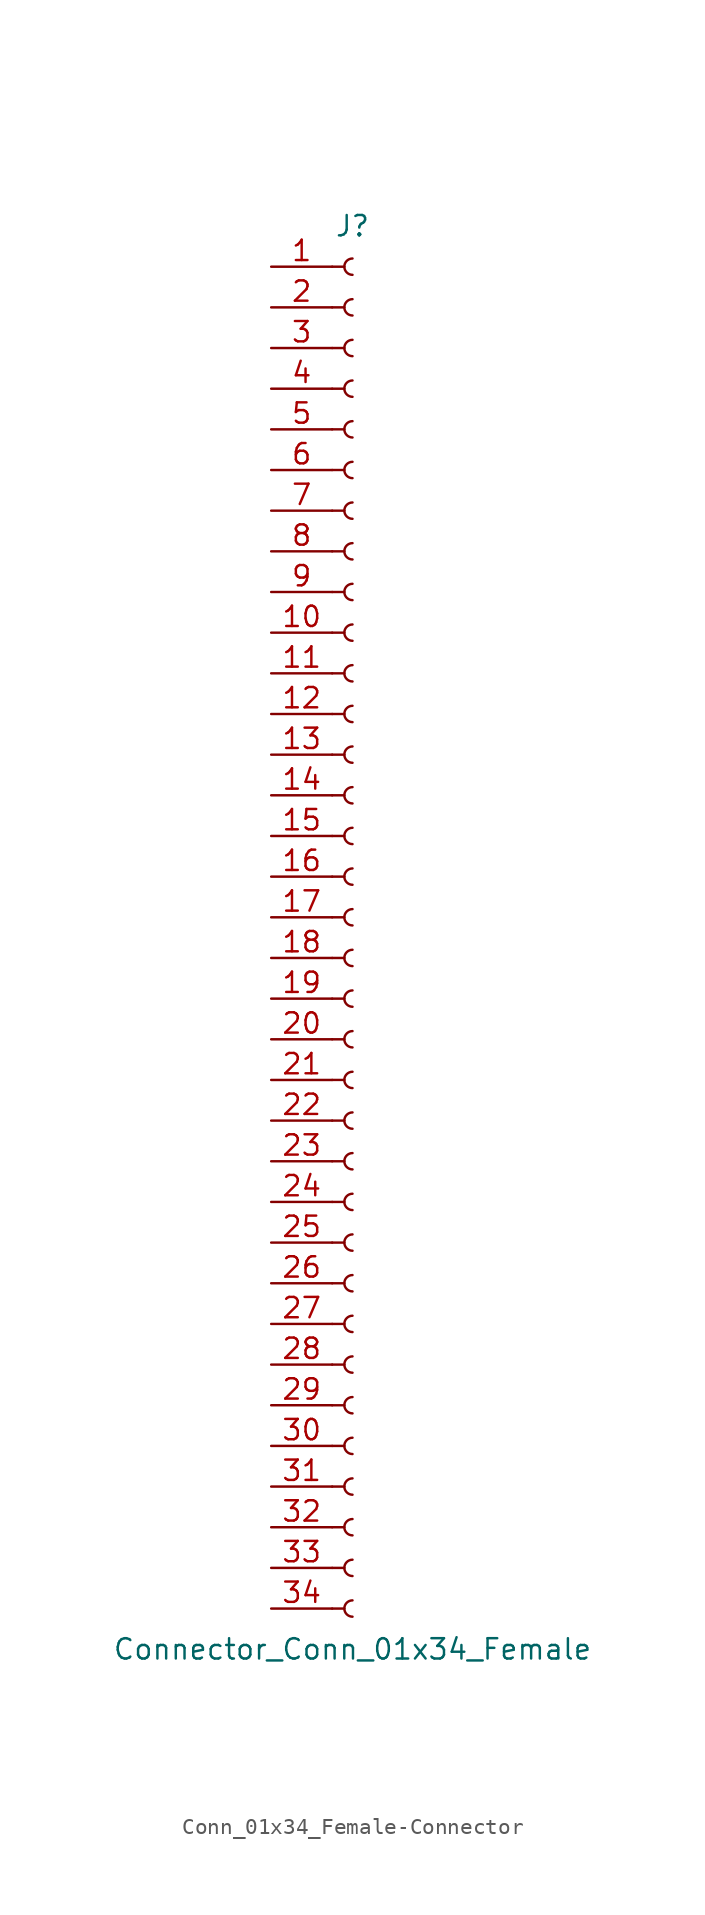
<source format=kicad_sym>
(kicad_symbol_lib
  (version 20231120)
  (generator "kicad_symbol_editor")
  (generator_version "8.0")
  (symbol "Conn_01x34_Female-Connector"
    (pin_names
      (offset 1.016) hide)
    (property "Reference" "J"
      (at 0 43.18 0)
      (effects (font (size 1.27 1.27))))
    (property "Value" "Connector_Conn_01x34_Female"
      (at 0 -45.72 0)
      (effects (font (size 1.27 1.27))))
    (symbol "Conn_01x34_Female-Connector_1_1"
      (arc (start 0 -42.672) (mid -0.508 -43.18) (end 0 -43.688) (stroke (width 0.1524) (type solid)) (fill (type none)))
      (arc (start 0 -40.132) (mid -0.508 -40.64) (end 0 -41.148) (stroke (width 0.1524) (type solid)) (fill (type none)))
      (arc (start 0 -37.592) (mid -0.508 -38.1) (end 0 -38.608) (stroke (width 0.1524) (type solid)) (fill (type none)))
      (arc (start 0 -35.052) (mid -0.508 -35.56) (end 0 -36.068) (stroke (width 0.1524) (type solid)) (fill (type none)))
      (arc (start 0 -32.512) (mid -0.508 -33.02) (end 0 -33.528) (stroke (width 0.1524) (type solid)) (fill (type none)))
      (arc (start 0 -29.972) (mid -0.508 -30.48) (end 0 -30.988) (stroke (width 0.1524) (type solid)) (fill (type none)))
      (arc (start 0 -27.432) (mid -0.508 -27.94) (end 0 -28.448) (stroke (width 0.1524) (type solid)) (fill (type none)))
      (arc (start 0 -24.892) (mid -0.508 -25.4) (end 0 -25.908) (stroke (width 0.1524) (type solid)) (fill (type none)))
      (arc (start 0 -22.352) (mid -0.508 -22.86) (end 0 -23.368) (stroke (width 0.1524) (type solid)) (fill (type none)))
      (arc (start 0 -19.812) (mid -0.508 -20.32) (end 0 -20.828) (stroke (width 0.1524) (type solid)) (fill (type none)))
      (arc (start 0 -17.272) (mid -0.508 -17.78) (end 0 -18.288) (stroke (width 0.1524) (type solid)) (fill (type none)))
      (arc (start 0 -14.732) (mid -0.508 -15.24) (end 0 -15.748) (stroke (width 0.1524) (type solid)) (fill (type none)))
      (arc (start 0 -12.192) (mid -0.508 -12.7) (end 0 -13.208) (stroke (width 0.1524) (type solid)) (fill (type none)))
      (arc (start 0 -9.652) (mid -0.508 -10.16) (end 0 -10.668) (stroke (width 0.1524) (type solid)) (fill (type none)))
      (arc (start 0 -7.112) (mid -0.508 -7.62) (end 0 -8.128) (stroke (width 0.1524) (type solid)) (fill (type none)))
      (arc (start 0 -4.572) (mid -0.508 -5.08) (end 0 -5.588) (stroke (width 0.1524) (type solid)) (fill (type none)))
      (arc (start 0 -2.032) (mid -0.508 -2.54) (end 0 -3.048) (stroke (width 0.1524) (type solid)) (fill (type none)))
      (polyline (pts (xy -1.27 -43.18) (xy -0.508 -43.18)) (stroke (width 0.152) (type solid)) (fill (type none)))
      (polyline (pts (xy -1.27 -40.64) (xy -0.508 -40.64)) (stroke (width 0.152) (type solid)) (fill (type none)))
      (polyline (pts (xy -1.27 -38.1) (xy -0.508 -38.1)) (stroke (width 0.152) (type solid)) (fill (type none)))
      (polyline (pts (xy -1.27 -35.56) (xy -0.508 -35.56)) (stroke (width 0.152) (type solid)) (fill (type none)))
      (polyline (pts (xy -1.27 -33.02) (xy -0.508 -33.02)) (stroke (width 0.152) (type solid)) (fill (type none)))
      (polyline (pts (xy -1.27 -30.48) (xy -0.508 -30.48)) (stroke (width 0.152) (type solid)) (fill (type none)))
      (polyline (pts (xy -1.27 -27.94) (xy -0.508 -27.94)) (stroke (width 0.152) (type solid)) (fill (type none)))
      (polyline (pts (xy -1.27 -25.4) (xy -0.508 -25.4)) (stroke (width 0.152) (type solid)) (fill (type none)))
      (polyline (pts (xy -1.27 -22.86) (xy -0.508 -22.86)) (stroke (width 0.152) (type solid)) (fill (type none)))
      (polyline (pts (xy -1.27 -20.32) (xy -0.508 -20.32)) (stroke (width 0.152) (type solid)) (fill (type none)))
      (polyline (pts (xy -1.27 -17.78) (xy -0.508 -17.78)) (stroke (width 0.152) (type solid)) (fill (type none)))
      (polyline (pts (xy -1.27 -15.24) (xy -0.508 -15.24)) (stroke (width 0.152) (type solid)) (fill (type none)))
      (polyline (pts (xy -1.27 -12.7) (xy -0.508 -12.7)) (stroke (width 0.152) (type solid)) (fill (type none)))
      (polyline (pts (xy -1.27 -10.16) (xy -0.508 -10.16)) (stroke (width 0.152) (type solid)) (fill (type none)))
      (polyline (pts (xy -1.27 -7.62) (xy -0.508 -7.62)) (stroke (width 0.152) (type solid)) (fill (type none)))
      (polyline (pts (xy -1.27 -5.08) (xy -0.508 -5.08)) (stroke (width 0.152) (type solid)) (fill (type none)))
      (polyline (pts (xy -1.27 -2.54) (xy -0.508 -2.54)) (stroke (width 0.152) (type solid)) (fill (type none)))
      (polyline (pts (xy -1.27 0) (xy -0.508 0)) (stroke (width 0.152) (type solid)) (fill (type none)))
      (polyline (pts (xy -1.27 2.54) (xy -0.508 2.54)) (stroke (width 0.152) (type solid)) (fill (type none)))
      (polyline (pts (xy -1.27 5.08) (xy -0.508 5.08)) (stroke (width 0.152) (type solid)) (fill (type none)))
      (polyline (pts (xy -1.27 7.62) (xy -0.508 7.62)) (stroke (width 0.152) (type solid)) (fill (type none)))
      (polyline (pts (xy -1.27 10.16) (xy -0.508 10.16)) (stroke (width 0.152) (type solid)) (fill (type none)))
      (polyline (pts (xy -1.27 12.7) (xy -0.508 12.7)) (stroke (width 0.152) (type solid)) (fill (type none)))
      (polyline (pts (xy -1.27 15.24) (xy -0.508 15.24)) (stroke (width 0.152) (type solid)) (fill (type none)))
      (polyline (pts (xy -1.27 17.78) (xy -0.508 17.78)) (stroke (width 0.152) (type solid)) (fill (type none)))
      (polyline (pts (xy -1.27 20.32) (xy -0.508 20.32)) (stroke (width 0.152) (type solid)) (fill (type none)))
      (polyline (pts (xy -1.27 22.86) (xy -0.508 22.86)) (stroke (width 0.152) (type solid)) (fill (type none)))
      (polyline (pts (xy -1.27 25.4) (xy -0.508 25.4)) (stroke (width 0.152) (type solid)) (fill (type none)))
      (polyline (pts (xy -1.27 27.94) (xy -0.508 27.94)) (stroke (width 0.152) (type solid)) (fill (type none)))
      (polyline (pts (xy -1.27 30.48) (xy -0.508 30.48)) (stroke (width 0.152) (type solid)) (fill (type none)))
      (polyline (pts (xy -1.27 33.02) (xy -0.508 33.02)) (stroke (width 0.152) (type solid)) (fill (type none)))
      (polyline (pts (xy -1.27 35.56) (xy -0.508 35.56)) (stroke (width 0.152) (type solid)) (fill (type none)))
      (polyline (pts (xy -1.27 38.1) (xy -0.508 38.1)) (stroke (width 0.152) (type solid)) (fill (type none)))
      (polyline (pts (xy -1.27 40.64) (xy -0.508 40.64)) (stroke (width 0.152) (type solid)) (fill (type none)))
      (arc (start 0 0.508) (mid -0.508 0) (end 0 -0.508) (stroke (width 0.1524) (type solid)) (fill (type none)))
      (arc (start 0 3.048) (mid -0.508 2.54) (end 0 2.032) (stroke (width 0.1524) (type solid)) (fill (type none)))
      (arc (start 0 5.588) (mid -0.508 5.08) (end 0 4.572) (stroke (width 0.1524) (type solid)) (fill (type none)))
      (arc (start 0 8.128) (mid -0.508 7.62) (end 0 7.112) (stroke (width 0.1524) (type solid)) (fill (type none)))
      (arc (start 0 10.668) (mid -0.508 10.16) (end 0 9.652) (stroke (width 0.1524) (type solid)) (fill (type none)))
      (arc (start 0 13.208) (mid -0.508 12.7) (end 0 12.192) (stroke (width 0.1524) (type solid)) (fill (type none)))
      (arc (start 0 15.748) (mid -0.508 15.24) (end 0 14.732) (stroke (width 0.1524) (type solid)) (fill (type none)))
      (arc (start 0 18.288) (mid -0.508 17.78) (end 0 17.272) (stroke (width 0.1524) (type solid)) (fill (type none)))
      (arc (start 0 20.828) (mid -0.508 20.32) (end 0 19.812) (stroke (width 0.1524) (type solid)) (fill (type none)))
      (arc (start 0 23.368) (mid -0.508 22.86) (end 0 22.352) (stroke (width 0.1524) (type solid)) (fill (type none)))
      (arc (start 0 25.908) (mid -0.508 25.4) (end 0 24.892) (stroke (width 0.1524) (type solid)) (fill (type none)))
      (arc (start 0 28.448) (mid -0.508 27.94) (end 0 27.432) (stroke (width 0.1524) (type solid)) (fill (type none)))
      (arc (start 0 30.988) (mid -0.508 30.48) (end 0 29.972) (stroke (width 0.1524) (type solid)) (fill (type none)))
      (arc (start 0 33.528) (mid -0.508 33.02) (end 0 32.512) (stroke (width 0.1524) (type solid)) (fill (type none)))
      (arc (start 0 36.068) (mid -0.508 35.56) (end 0 35.052) (stroke (width 0.1524) (type solid)) (fill (type none)))
      (arc (start 0 38.608) (mid -0.508 38.1) (end 0 37.592) (stroke (width 0.1524) (type solid)) (fill (type none)))
      (arc (start 0 41.148) (mid -0.508 40.64) (end 0 40.132) (stroke (width 0.1524) (type solid)) (fill (type none)))
      (pin passive line (at -5.08 40.64 0) (length 3.81) (name "Pin_1" (effects (font (size 1.27 1.27)))) (number "1" (effects (font (size 1.27 1.27)))))
      (pin passive line (at -5.08 17.78 0) (length 3.81) (name "Pin_10" (effects (font (size 1.27 1.27)))) (number "10" (effects (font (size 1.27 1.27)))))
      (pin passive line (at -5.08 15.24 0) (length 3.81) (name "Pin_11" (effects (font (size 1.27 1.27)))) (number "11" (effects (font (size 1.27 1.27)))))
      (pin passive line (at -5.08 12.7 0) (length 3.81) (name "Pin_12" (effects (font (size 1.27 1.27)))) (number "12" (effects (font (size 1.27 1.27)))))
      (pin passive line (at -5.08 10.16 0) (length 3.81) (name "Pin_13" (effects (font (size 1.27 1.27)))) (number "13" (effects (font (size 1.27 1.27)))))
      (pin passive line (at -5.08 7.62 0) (length 3.81) (name "Pin_14" (effects (font (size 1.27 1.27)))) (number "14" (effects (font (size 1.27 1.27)))))
      (pin passive line (at -5.08 5.08 0) (length 3.81) (name "Pin_15" (effects (font (size 1.27 1.27)))) (number "15" (effects (font (size 1.27 1.27)))))
      (pin passive line (at -5.08 2.54 0) (length 3.81) (name "Pin_16" (effects (font (size 1.27 1.27)))) (number "16" (effects (font (size 1.27 1.27)))))
      (pin passive line (at -5.08 0 0) (length 3.81) (name "Pin_17" (effects (font (size 1.27 1.27)))) (number "17" (effects (font (size 1.27 1.27)))))
      (pin passive line (at -5.08 -2.54 0) (length 3.81) (name "Pin_18" (effects (font (size 1.27 1.27)))) (number "18" (effects (font (size 1.27 1.27)))))
      (pin passive line (at -5.08 -5.08 0) (length 3.81) (name "Pin_19" (effects (font (size 1.27 1.27)))) (number "19" (effects (font (size 1.27 1.27)))))
      (pin passive line (at -5.08 38.1 0) (length 3.81) (name "Pin_2" (effects (font (size 1.27 1.27)))) (number "2" (effects (font (size 1.27 1.27)))))
      (pin passive line (at -5.08 -7.62 0) (length 3.81) (name "Pin_20" (effects (font (size 1.27 1.27)))) (number "20" (effects (font (size 1.27 1.27)))))
      (pin passive line (at -5.08 -10.16 0) (length 3.81) (name "Pin_21" (effects (font (size 1.27 1.27)))) (number "21" (effects (font (size 1.27 1.27)))))
      (pin passive line (at -5.08 -12.7 0) (length 3.81) (name "Pin_22" (effects (font (size 1.27 1.27)))) (number "22" (effects (font (size 1.27 1.27)))))
      (pin passive line (at -5.08 -15.24 0) (length 3.81) (name "Pin_23" (effects (font (size 1.27 1.27)))) (number "23" (effects (font (size 1.27 1.27)))))
      (pin passive line (at -5.08 -17.78 0) (length 3.81) (name "Pin_24" (effects (font (size 1.27 1.27)))) (number "24" (effects (font (size 1.27 1.27)))))
      (pin passive line (at -5.08 -20.32 0) (length 3.81) (name "Pin_25" (effects (font (size 1.27 1.27)))) (number "25" (effects (font (size 1.27 1.27)))))
      (pin passive line (at -5.08 -22.86 0) (length 3.81) (name "Pin_26" (effects (font (size 1.27 1.27)))) (number "26" (effects (font (size 1.27 1.27)))))
      (pin passive line (at -5.08 -25.4 0) (length 3.81) (name "Pin_27" (effects (font (size 1.27 1.27)))) (number "27" (effects (font (size 1.27 1.27)))))
      (pin passive line (at -5.08 -27.94 0) (length 3.81) (name "Pin_28" (effects (font (size 1.27 1.27)))) (number "28" (effects (font (size 1.27 1.27)))))
      (pin passive line (at -5.08 -30.48 0) (length 3.81) (name "Pin_29" (effects (font (size 1.27 1.27)))) (number "29" (effects (font (size 1.27 1.27)))))
      (pin passive line (at -5.08 35.56 0) (length 3.81) (name "Pin_3" (effects (font (size 1.27 1.27)))) (number "3" (effects (font (size 1.27 1.27)))))
      (pin passive line (at -5.08 -33.02 0) (length 3.81) (name "Pin_30" (effects (font (size 1.27 1.27)))) (number "30" (effects (font (size 1.27 1.27)))))
      (pin passive line (at -5.08 -35.56 0) (length 3.81) (name "Pin_31" (effects (font (size 1.27 1.27)))) (number "31" (effects (font (size 1.27 1.27)))))
      (pin passive line (at -5.08 -38.1 0) (length 3.81) (name "Pin_32" (effects (font (size 1.27 1.27)))) (number "32" (effects (font (size 1.27 1.27)))))
      (pin passive line (at -5.08 -40.64 0) (length 3.81) (name "Pin_33" (effects (font (size 1.27 1.27)))) (number "33" (effects (font (size 1.27 1.27)))))
      (pin passive line (at -5.08 -43.18 0) (length 3.81) (name "Pin_34" (effects (font (size 1.27 1.27)))) (number "34" (effects (font (size 1.27 1.27)))))
      (pin passive line (at -5.08 33.02 0) (length 3.81) (name "Pin_4" (effects (font (size 1.27 1.27)))) (number "4" (effects (font (size 1.27 1.27)))))
      (pin passive line (at -5.08 30.48 0) (length 3.81) (name "Pin_5" (effects (font (size 1.27 1.27)))) (number "5" (effects (font (size 1.27 1.27)))))
      (pin passive line (at -5.08 27.94 0) (length 3.81) (name "Pin_6" (effects (font (size 1.27 1.27)))) (number "6" (effects (font (size 1.27 1.27)))))
      (pin passive line (at -5.08 25.4 0) (length 3.81) (name "Pin_7" (effects (font (size 1.27 1.27)))) (number "7" (effects (font (size 1.27 1.27)))))
      (pin passive line (at -5.08 22.86 0) (length 3.81) (name "Pin_8" (effects (font (size 1.27 1.27)))) (number "8" (effects (font (size 1.27 1.27)))))
      (pin passive line (at -5.08 20.32 0) (length 3.81) (name "Pin_9" (effects (font (size 1.27 1.27)))) (number "9" (effects (font (size 1.27 1.27))))))))
</source>
